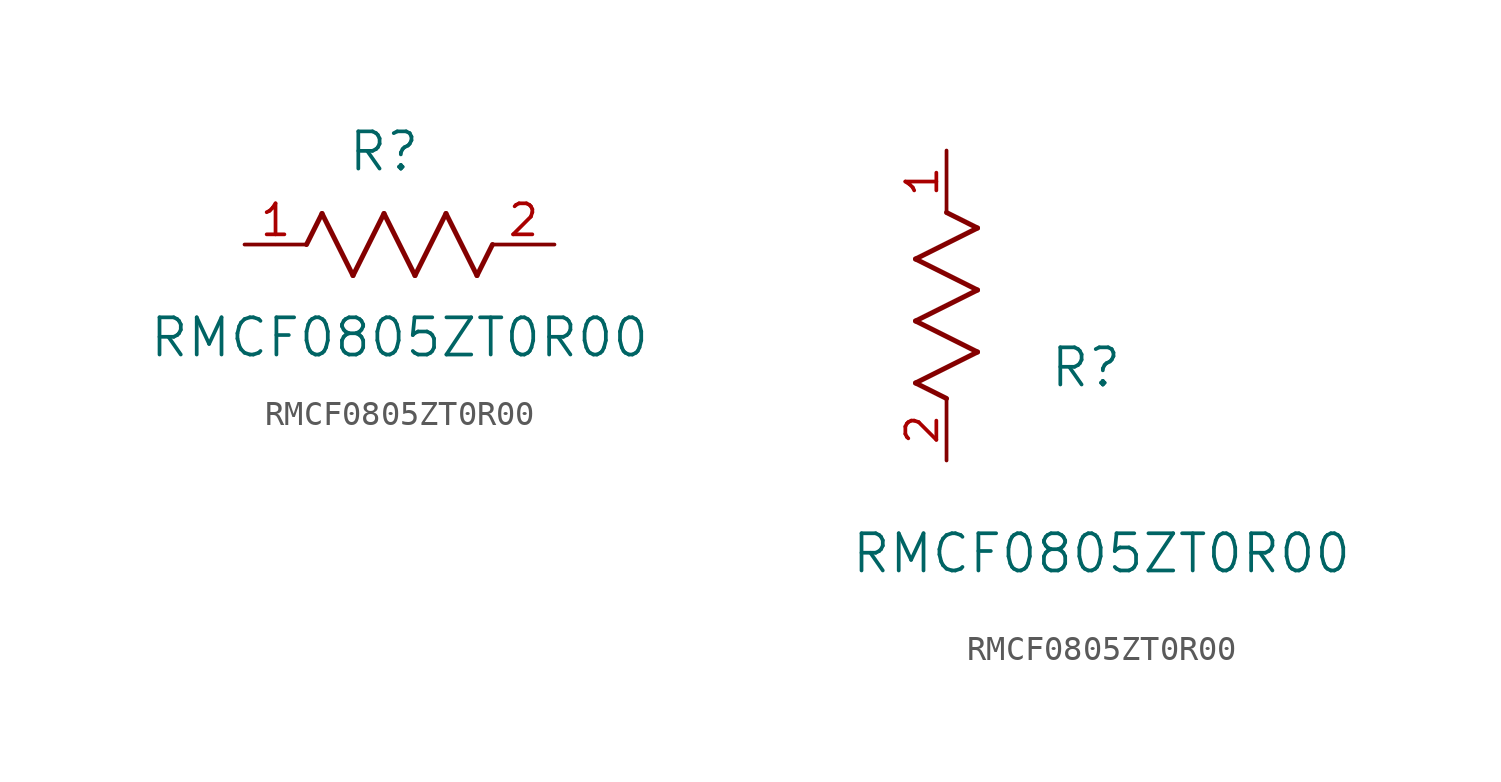
<source format=kicad_sym>
(kicad_symbol_lib
  (version 20211014)
  (generator kicad_symbol_editor)
  (symbol "RMCF0805ZT0R00"
    (pin_names
      (offset 0.254))
    (property "Reference" "R"
      (at 5.715 3.81 0)
      (effects (font (size 1.524 1.524))))
    (property "Value" "RMCF0805ZT0R00"
      (at 6.35 -3.81 0)
      (effects (font (size 1.524 1.524))))
    (symbol "RMCF0805ZT0R00_1_1"
      (polyline (pts (xy 3.175 1.27) (xy 4.445 -1.27)) (stroke (width 0.203) (type default) (color 0 0 0 0)) (fill (type none)))
      (polyline (pts (xy 4.445 -1.27) (xy 5.715 1.27)) (stroke (width 0.203) (type default) (color 0 0 0 0)) (fill (type none)))
      (polyline (pts (xy 5.715 1.27) (xy 6.985 -1.27)) (stroke (width 0.203) (type default) (color 0 0 0 0)) (fill (type none)))
      (polyline (pts (xy 6.985 -1.27) (xy 8.255 1.27)) (stroke (width 0.203) (type default) (color 0 0 0 0)) (fill (type none)))
      (polyline (pts (xy 8.255 1.27) (xy 9.525 -1.27)) (stroke (width 0.203) (type default) (color 0 0 0 0)) (fill (type none)))
      (polyline (pts (xy 2.54 0) (xy 3.175 1.27)) (stroke (width 0.203) (type default) (color 0 0 0 0)) (fill (type none)))
      (polyline (pts (xy 9.525 -1.27) (xy 10.16 0)) (stroke (width 0.203) (type default) (color 0 0 0 0)) (fill (type none)))
      (pin unspecified line (at 0 0 0) (length 2.54) (name "" (effects (font (size 1.27 1.27)))) (number "1" (effects (font (size 1.27 1.27)))))
      (pin unspecified line (at 12.7 0 180) (length 2.54) (name "" (effects (font (size 1.27 1.27)))) (number "2" (effects (font (size 1.27 1.27))))))
    (symbol "RMCF0805ZT0R00_1_2"
      (polyline (pts (xy 0 2.54) (xy -1.27 3.175)) (stroke (width 0.203) (type default) (color 0 0 0 0)) (fill (type none)))
      (polyline (pts (xy -1.27 3.175) (xy 1.27 4.445)) (stroke (width 0.203) (type default) (color 0 0 0 0)) (fill (type none)))
      (polyline (pts (xy 1.27 4.445) (xy -1.27 5.715)) (stroke (width 0.203) (type default) (color 0 0 0 0)) (fill (type none)))
      (polyline (pts (xy -1.27 5.715) (xy 1.27 6.985)) (stroke (width 0.203) (type default) (color 0 0 0 0)) (fill (type none)))
      (polyline (pts (xy -1.27 8.255) (xy 1.27 9.525)) (stroke (width 0.203) (type default) (color 0 0 0 0)) (fill (type none)))
      (polyline (pts (xy 1.27 9.525) (xy 0 10.16)) (stroke (width 0.203) (type default) (color 0 0 0 0)) (fill (type none)))
      (polyline (pts (xy 1.27 6.985) (xy -1.27 8.255)) (stroke (width 0.203) (type default) (color 0 0 0 0)) (fill (type none)))
      (pin unspecified line (at 0 12.7 270) (length 2.54) (name "" (effects (font (size 1.27 1.27)))) (number "1" (effects (font (size 1.27 1.27)))))
      (pin unspecified line (at 0 0 90) (length 2.54) (name "" (effects (font (size 1.27 1.27)))) (number "2" (effects (font (size 1.27 1.27))))))))
</source>
